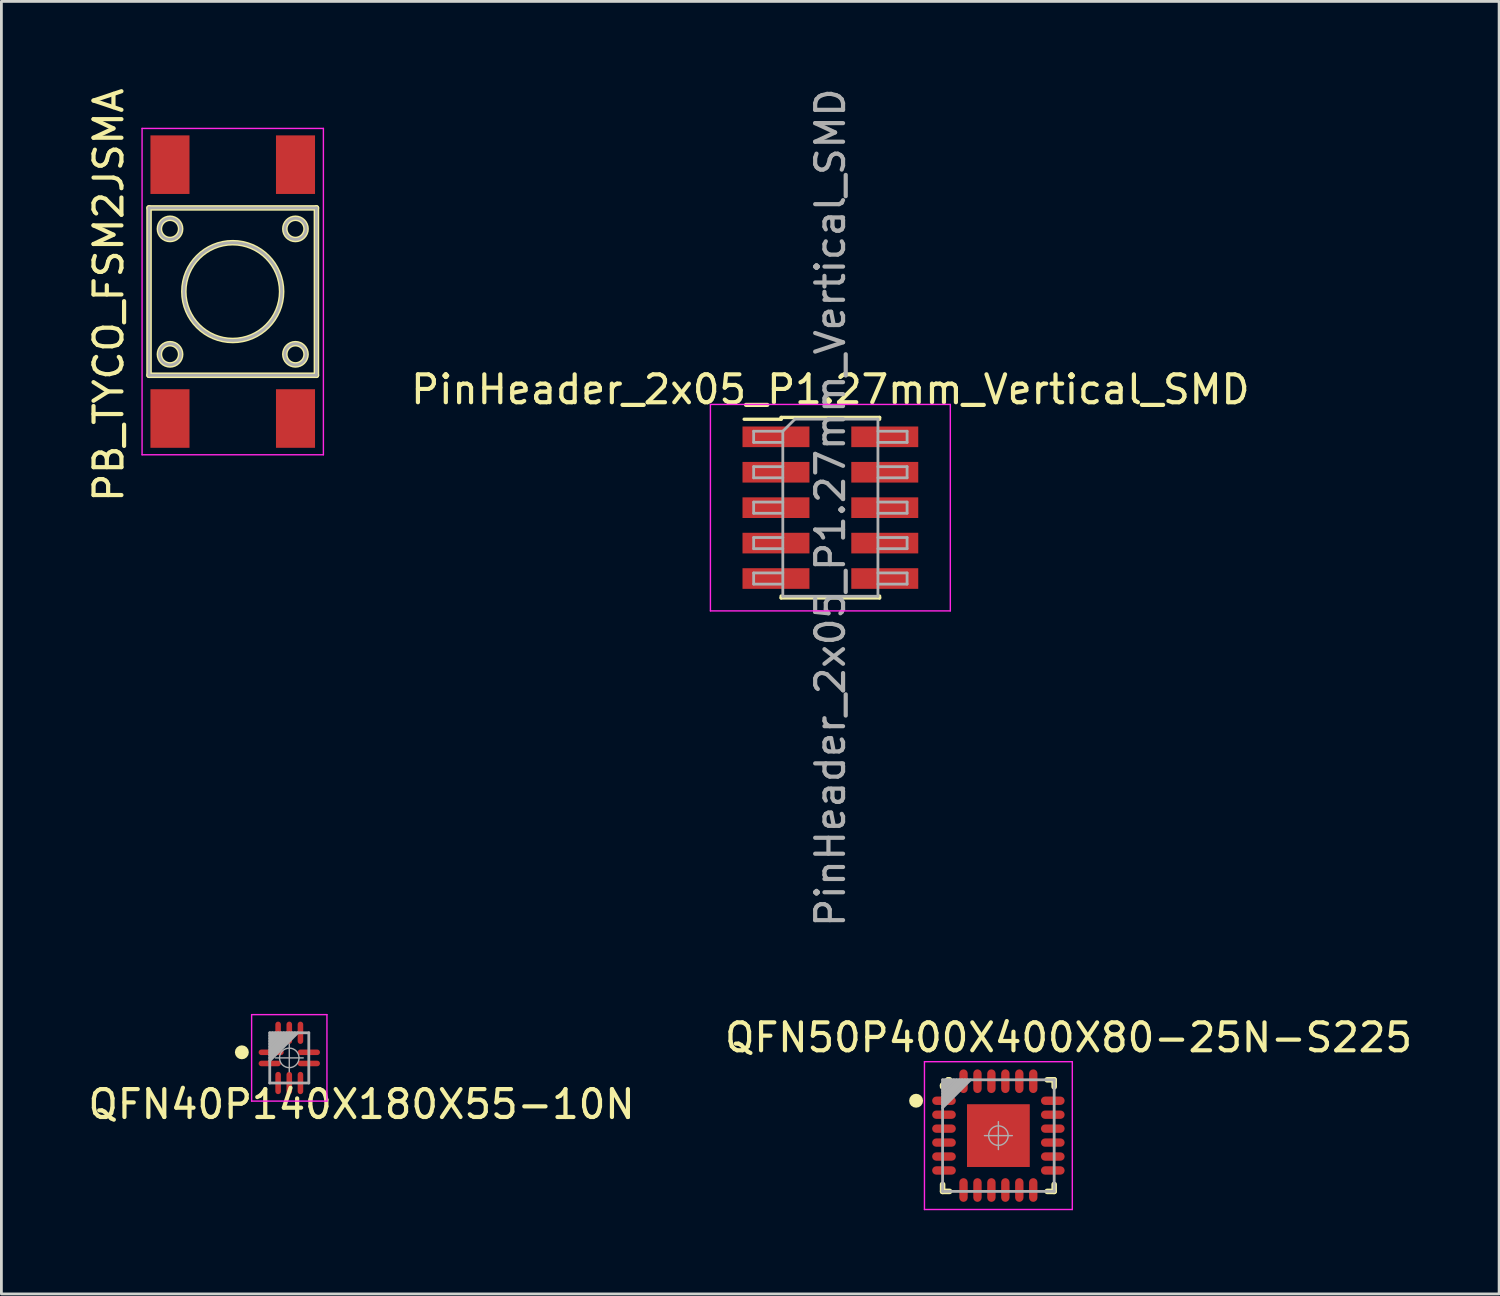
<source format=kicad_pcb>
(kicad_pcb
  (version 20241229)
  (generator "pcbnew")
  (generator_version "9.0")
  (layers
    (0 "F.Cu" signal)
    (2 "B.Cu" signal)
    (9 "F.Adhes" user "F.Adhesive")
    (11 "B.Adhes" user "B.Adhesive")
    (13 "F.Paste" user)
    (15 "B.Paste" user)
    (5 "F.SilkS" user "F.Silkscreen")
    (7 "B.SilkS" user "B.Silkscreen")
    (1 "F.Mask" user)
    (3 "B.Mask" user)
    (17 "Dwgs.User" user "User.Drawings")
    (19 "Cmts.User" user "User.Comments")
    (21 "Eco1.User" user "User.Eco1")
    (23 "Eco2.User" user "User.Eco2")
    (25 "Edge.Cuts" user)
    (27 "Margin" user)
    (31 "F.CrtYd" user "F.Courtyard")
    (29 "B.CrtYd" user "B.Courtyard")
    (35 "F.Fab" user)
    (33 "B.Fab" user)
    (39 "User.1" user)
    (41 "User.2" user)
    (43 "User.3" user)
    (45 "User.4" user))
  (footprint "QFN40P140X180X55-10N"
    (layer "F.Cu")
    (at 7.32 34.873)
    (property "Reference" "QFN40P140X180X55-10N" (at 2.591 1.664 0) (layer "F.SilkS") (effects (font (size 1 1) (thickness 0.15))))
    (attr smd)
    (fp_circle (center -1.7 -0.2) (end -1.575 -0.2) (stroke (width 0.25) (type solid)) (fill no) (layer "F.SilkS"))
    (fp_line (start -1.35 -1.55) (end 1.35 -1.55) (stroke (width 0.05) (type solid)) (layer "F.CrtYd"))
    (fp_line (start -1.35 1.55) (end -1.35 -1.55) (stroke (width 0.05) (type solid)) (layer "F.CrtYd"))
    (fp_line (start -1.35 1.55) (end 1.35 1.55) (stroke (width 0.05) (type solid)) (layer "F.CrtYd"))
    (fp_line (start 1.35 1.55) (end 1.35 -1.55) (stroke (width 0.05) (type solid)) (layer "F.CrtYd"))
    (fp_line (start -0.7 -0.9) (end 0.7 -0.9) (stroke (width 0.1) (type solid)) (layer "F.Fab"))
    (fp_line (start -0.7 -0.8) (end -0.6 -0.9) (stroke (width 0.1) (type solid)) (layer "F.Fab"))
    (fp_line (start -0.7 -0.7) (end -0.5 -0.9) (stroke (width 0.1) (type solid)) (layer "F.Fab"))
    (fp_line (start -0.7 -0.6) (end -0.4 -0.9) (stroke (width 0.1) (type solid)) (layer "F.Fab"))
    (fp_line (start -0.7 -0.5) (end -0.3 -0.9) (stroke (width 0.1) (type solid)) (layer "F.Fab"))
    (fp_line (start -0.7 -0.4) (end -0.2 -0.9) (stroke (width 0.1) (type solid)) (layer "F.Fab"))
    (fp_line (start -0.7 -0.3) (end -0.1 -0.9) (stroke (width 0.1) (type solid)) (layer "F.Fab"))
    (fp_line (start -0.7 -0.2) (end 0 -0.9) (stroke (width 0.1) (type solid)) (layer "F.Fab"))
    (fp_line (start -0.7 -0.1) (end 0.1 -0.9) (stroke (width 0.1) (type solid)) (layer "F.Fab"))
    (fp_line (start -0.7 0) (end 0.2 -0.9) (stroke (width 0.1) (type solid)) (layer "F.Fab"))
    (fp_line (start -0.7 0.1) (end 0.3 -0.9) (stroke (width 0.1) (type solid)) (layer "F.Fab"))
    (fp_line (start -0.7 0.9) (end -0.7 -0.9) (stroke (width 0.1) (type solid)) (layer "F.Fab"))
    (fp_line (start -0.7 0.9) (end 0.7 0.9) (stroke (width 0.1) (type solid)) (layer "F.Fab"))
    (fp_line (start -0.5 0) (end 0.5 0) (stroke (width 0.05) (type solid)) (layer "F.Fab"))
    (fp_line (start 0 0.5) (end 0 -0.5) (stroke (width 0.05) (type solid)) (layer "F.Fab"))
    (fp_line (start 0.7 0.9) (end 0.7 -0.9) (stroke (width 0.1) (type solid)) (layer "F.Fab"))
    (fp_circle (center 0 0) (end 0.35 0) (stroke (width 0.05) (type solid)) (fill no) (layer "F.Fab"))
    (pad "1" smd roundrect (at -0.65 -0.2) (size 0.9 0.2) (layers "F.Cu" "F.Mask" "F.Paste") (roundrect_rratio 0.5))
    (pad "2" smd roundrect (at -0.7 0.2) (size 0.8 0.2) (layers "F.Cu" "F.Mask" "F.Paste") (roundrect_rratio 0.5))
    (pad "3" smd roundrect (at -0.4 0.9 90) (size 0.8 0.2) (layers "F.Cu" "F.Mask" "F.Paste") (roundrect_rratio 0.5))
    (pad "4" smd roundrect (at 0 0.9 90) (size 0.8 0.2) (layers "F.Cu" "F.Mask" "F.Paste") (roundrect_rratio 0.5))
    (pad "5" smd roundrect (at 0.4 0.9 90) (size 0.8 0.2) (layers "F.Cu" "F.Mask" "F.Paste") (roundrect_rratio 0.5))
    (pad "6" smd roundrect (at 0.7 0.2) (size 0.8 0.2) (layers "F.Cu" "F.Mask" "F.Paste") (roundrect_rratio 0.5))
    (pad "7" smd roundrect (at 0.7 -0.2) (size 0.8 0.2) (layers "F.Cu" "F.Mask" "F.Paste") (roundrect_rratio 0.5))
    (pad "8" smd roundrect (at 0.4 -0.9 90) (size 0.8 0.2) (layers "F.Cu" "F.Mask" "F.Paste") (roundrect_rratio 0.5))
    (pad "9" smd roundrect (at 0 -0.9 90) (size 0.8 0.2) (layers "F.Cu" "F.Mask" "F.Paste") (roundrect_rratio 0.5))
    (pad "10" smd roundrect (at -0.4 -0.9 90) (size 0.8 0.2) (layers "F.Cu" "F.Mask" "F.Paste") (roundrect_rratio 0.5)))
  (footprint "PinHeader_2x05_P1.27mm_Vertical_SMD"
    (layer "F.Cu")
    (at 26.717 15.149)
    (property "Reference" "PinHeader_2x05_P1.27mm_Vertical_SMD" (at 0 -4.235 0) (layer "F.SilkS") (effects (font (size 1 1) (thickness 0.15))))
    (attr smd)
    (fp_line (start -3.09 -3.17) (end -1.765 -3.17) (stroke (width 0.12) (type solid)) (layer "F.SilkS"))
    (fp_line (start -1.765 -3.235) (end -1.765 -3.17) (stroke (width 0.12) (type solid)) (layer "F.SilkS"))
    (fp_line (start -1.765 -3.235) (end 1.765 -3.235) (stroke (width 0.12) (type solid)) (layer "F.SilkS"))
    (fp_line (start -1.765 3.17) (end -1.765 3.235) (stroke (width 0.12) (type solid)) (layer "F.SilkS"))
    (fp_line (start -1.765 3.235) (end 1.765 3.235) (stroke (width 0.12) (type solid)) (layer "F.SilkS"))
    (fp_line (start 1.765 -3.235) (end 1.765 -3.17) (stroke (width 0.12) (type solid)) (layer "F.SilkS"))
    (fp_line (start 1.765 3.17) (end 1.765 3.235) (stroke (width 0.12) (type solid)) (layer "F.SilkS"))
    (fp_line (start -4.3 -3.7) (end -4.3 3.7) (stroke (width 0.05) (type solid)) (layer "F.CrtYd"))
    (fp_line (start -4.3 3.7) (end 4.3 3.7) (stroke (width 0.05) (type solid)) (layer "F.CrtYd"))
    (fp_line (start 4.3 -3.7) (end -4.3 -3.7) (stroke (width 0.05) (type solid)) (layer "F.CrtYd"))
    (fp_line (start 4.3 3.7) (end 4.3 -3.7) (stroke (width 0.05) (type solid)) (layer "F.CrtYd"))
    (fp_line (start -2.75 -2.74) (end -2.75 -2.34) (stroke (width 0.1) (type solid)) (layer "F.Fab"))
    (fp_line (start -2.75 -2.34) (end -1.705 -2.34) (stroke (width 0.1) (type solid)) (layer "F.Fab"))
    (fp_line (start -2.75 -1.47) (end -2.75 -1.07) (stroke (width 0.1) (type solid)) (layer "F.Fab"))
    (fp_line (start -2.75 -1.07) (end -1.705 -1.07) (stroke (width 0.1) (type solid)) (layer "F.Fab"))
    (fp_line (start -2.75 -0.2) (end -2.75 0.2) (stroke (width 0.1) (type solid)) (layer "F.Fab"))
    (fp_line (start -2.75 0.2) (end -1.705 0.2) (stroke (width 0.1) (type solid)) (layer "F.Fab"))
    (fp_line (start -2.75 1.07) (end -2.75 1.47) (stroke (width 0.1) (type solid)) (layer "F.Fab"))
    (fp_line (start -2.75 1.47) (end -1.705 1.47) (stroke (width 0.1) (type solid)) (layer "F.Fab"))
    (fp_line (start -2.75 2.34) (end -2.75 2.74) (stroke (width 0.1) (type solid)) (layer "F.Fab"))
    (fp_line (start -2.75 2.74) (end -1.705 2.74) (stroke (width 0.1) (type solid)) (layer "F.Fab"))
    (fp_line (start -1.705 -2.74) (end -2.75 -2.74) (stroke (width 0.1) (type solid)) (layer "F.Fab"))
    (fp_line (start -1.705 -2.74) (end -1.27 -3.175) (stroke (width 0.1) (type solid)) (layer "F.Fab"))
    (fp_line (start -1.705 -1.47) (end -2.75 -1.47) (stroke (width 0.1) (type solid)) (layer "F.Fab"))
    (fp_line (start -1.705 -0.2) (end -2.75 -0.2) (stroke (width 0.1) (type solid)) (layer "F.Fab"))
    (fp_line (start -1.705 1.07) (end -2.75 1.07) (stroke (width 0.1) (type solid)) (layer "F.Fab"))
    (fp_line (start -1.705 2.34) (end -2.75 2.34) (stroke (width 0.1) (type solid)) (layer "F.Fab"))
    (fp_line (start -1.705 3.175) (end -1.705 -2.74) (stroke (width 0.1) (type solid)) (layer "F.Fab"))
    (fp_line (start -1.27 -3.175) (end 1.705 -3.175) (stroke (width 0.1) (type solid)) (layer "F.Fab"))
    (fp_line (start 1.705 -3.175) (end 1.705 3.175) (stroke (width 0.1) (type solid)) (layer "F.Fab"))
    (fp_line (start 1.705 -2.74) (end 2.75 -2.74) (stroke (width 0.1) (type solid)) (layer "F.Fab"))
    (fp_line (start 1.705 -1.47) (end 2.75 -1.47) (stroke (width 0.1) (type solid)) (layer "F.Fab"))
    (fp_line (start 1.705 -0.2) (end 2.75 -0.2) (stroke (width 0.1) (type solid)) (layer "F.Fab"))
    (fp_line (start 1.705 1.07) (end 2.75 1.07) (stroke (width 0.1) (type solid)) (layer "F.Fab"))
    (fp_line (start 1.705 2.34) (end 2.75 2.34) (stroke (width 0.1) (type solid)) (layer "F.Fab"))
    (fp_line (start 1.705 3.175) (end -1.705 3.175) (stroke (width 0.1) (type solid)) (layer "F.Fab"))
    (fp_line (start 2.75 -2.74) (end 2.75 -2.34) (stroke (width 0.1) (type solid)) (layer "F.Fab"))
    (fp_line (start 2.75 -2.34) (end 1.705 -2.34) (stroke (width 0.1) (type solid)) (layer "F.Fab"))
    (fp_line (start 2.75 -1.47) (end 2.75 -1.07) (stroke (width 0.1) (type solid)) (layer "F.Fab"))
    (fp_line (start 2.75 -1.07) (end 1.705 -1.07) (stroke (width 0.1) (type solid)) (layer "F.Fab"))
    (fp_line (start 2.75 -0.2) (end 2.75 0.2) (stroke (width 0.1) (type solid)) (layer "F.Fab"))
    (fp_line (start 2.75 0.2) (end 1.705 0.2) (stroke (width 0.1) (type solid)) (layer "F.Fab"))
    (fp_line (start 2.75 1.07) (end 2.75 1.47) (stroke (width 0.1) (type solid)) (layer "F.Fab"))
    (fp_line (start 2.75 1.47) (end 1.705 1.47) (stroke (width 0.1) (type solid)) (layer "F.Fab"))
    (fp_line (start 2.75 2.34) (end 2.75 2.74) (stroke (width 0.1) (type solid)) (layer "F.Fab"))
    (fp_line (start 2.75 2.74) (end 1.705 2.74) (stroke (width 0.1) (type solid)) (layer "F.Fab"))
    (fp_text user "${REFERENCE}" (at 0 0 90) (layer "F.Fab") (effects (font (size 1 1) (thickness 0.15))))
    (pad "1" smd rect (at -1.95 -2.54) (size 2.4 0.74) (layers "F.Cu" "F.Mask" "F.Paste"))
    (pad "2" smd rect (at 1.95 -2.54) (size 2.4 0.74) (layers "F.Cu" "F.Mask" "F.Paste"))
    (pad "3" smd rect (at -1.95 -1.27) (size 2.4 0.74) (layers "F.Cu" "F.Mask" "F.Paste"))
    (pad "4" smd rect (at 1.95 -1.27) (size 2.4 0.74) (layers "F.Cu" "F.Mask" "F.Paste"))
    (pad "5" smd rect (at -1.95 0) (size 2.4 0.74) (layers "F.Cu" "F.Mask" "F.Paste"))
    (pad "6" smd rect (at 1.95 0) (size 2.4 0.74) (layers "F.Cu" "F.Mask" "F.Paste"))
    (pad "7" smd rect (at -1.95 1.27) (size 2.4 0.74) (layers "F.Cu" "F.Mask" "F.Paste"))
    (pad "8" smd rect (at 1.95 1.27) (size 2.4 0.74) (layers "F.Cu" "F.Mask" "F.Paste"))
    (pad "9" smd rect (at -1.95 2.54) (size 2.4 0.74) (layers "F.Cu" "F.Mask" "F.Paste"))
    (pad "10" smd rect (at 1.95 2.54) (size 2.4 0.74) (layers "F.Cu" "F.Mask" "F.Paste")))
  (footprint "PB_TYCO_FSM2JSMA"
    (layer "F.Cu")
    (at 5.293 7.403)
    (property "Reference" "PB_TYCO_FSM2JSMA" (at -4.445 0.127 90) (layer "F.SilkS") (effects (font (size 1 1) (thickness 0.15))))
    (attr smd)
    (fp_line (start -3 -3) (end 3 -3) (stroke (width 0.2) (type solid)) (layer "F.SilkS"))
    (fp_line (start -3 3) (end -3 -3) (stroke (width 0.2) (type solid)) (layer "F.SilkS"))
    (fp_line (start -3 3) (end 3 3) (stroke (width 0.2) (type solid)) (layer "F.SilkS"))
    (fp_line (start 3 3) (end 3 -3) (stroke (width 0.2) (type solid)) (layer "F.SilkS"))
    (fp_circle (center -2.248 -2.248) (end -1.867 -2.248) (stroke (width 0.2) (type solid)) (fill no) (layer "F.SilkS"))
    (fp_circle (center -2.248 2.248) (end -1.867 2.248) (stroke (width 0.2) (type solid)) (fill no) (layer "F.SilkS"))
    (fp_circle (center 0 0) (end 1.753 0) (stroke (width 0.2) (type solid)) (fill no) (layer "F.SilkS"))
    (fp_circle (center 2.248 -2.248) (end 2.629 -2.248) (stroke (width 0.2) (type solid)) (fill no) (layer "F.SilkS"))
    (fp_circle (center 2.248 2.248) (end 2.629 2.248) (stroke (width 0.2) (type solid)) (fill no) (layer "F.SilkS"))
    (fp_line (start -3.25 -5.85) (end 3.25 -5.85) (stroke (width 0.05) (type solid)) (layer "F.CrtYd"))
    (fp_line (start -3.25 5.85) (end -3.25 -5.85) (stroke (width 0.05) (type solid)) (layer "F.CrtYd"))
    (fp_line (start -3.25 5.85) (end 3.25 5.85) (stroke (width 0.05) (type solid)) (layer "F.CrtYd"))
    (fp_line (start 3.25 5.85) (end 3.25 -5.85) (stroke (width 0.05) (type solid)) (layer "F.CrtYd"))
    (fp_line (start -3 -3) (end 3 -3) (stroke (width 0.1) (type solid)) (layer "F.Fab"))
    (fp_line (start -3 3) (end -3 -3) (stroke (width 0.1) (type solid)) (layer "F.Fab"))
    (fp_line (start -3 3) (end 3 3) (stroke (width 0.1) (type solid)) (layer "F.Fab"))
    (fp_line (start 3 3) (end 3 -3) (stroke (width 0.1) (type solid)) (layer "F.Fab"))
    (fp_circle (center -2.248 -2.248) (end -1.867 -2.248) (stroke (width 0.1) (type solid)) (fill no) (layer "F.Fab"))
    (fp_circle (center -2.248 2.248) (end -1.867 2.248) (stroke (width 0.1) (type solid)) (fill no) (layer "F.Fab"))
    (fp_circle (center 0 0) (end 1.753 0) (stroke (width 0.1) (type solid)) (fill no) (layer "F.Fab"))
    (fp_circle (center 2.248 -2.248) (end 2.629 -2.248) (stroke (width 0.1) (type solid)) (fill no) (layer "F.Fab"))
    (fp_circle (center 2.248 2.248) (end 2.629 2.248) (stroke (width 0.1) (type solid)) (fill no) (layer "F.Fab"))
    (pad "1" smd rect (at -2.25 -4.55 90) (size 2.1 1.4) (layers "F.Cu" "F.Mask" "F.Paste"))
    (pad "2" smd rect (at -2.25 4.55 90) (size 2.1 1.4) (layers "F.Cu" "F.Mask" "F.Paste"))
    (pad "3" smd rect (at 2.25 -4.55 90) (size 2.1 1.4) (layers "F.Cu" "F.Mask" "F.Paste"))
    (pad "4" smd rect (at 2.25 4.55 90) (size 2.1 1.4) (layers "F.Cu" "F.Mask" "F.Paste")))
  (footprint "QFN50P400X400X80-25N-S225"
    (layer "F.Cu")
    (at 32.74 37.659)
    (property "Reference" "QFN50P400X400X80-25N-S225" (at 2.516 -3.514 0) (layer "F.SilkS") (effects (font (size 1 1) (thickness 0.15))))
    (attr smd)
    (fp_line (start -2 -1.8) (end -1.8 -2) (stroke (width 0.2) (type solid)) (layer "F.SilkS"))
    (fp_line (start -2 -1.75) (end -2 -1.8) (stroke (width 0.2) (type solid)) (layer "F.SilkS"))
    (fp_line (start -2 2) (end -2 1.75) (stroke (width 0.2) (type solid)) (layer "F.SilkS"))
    (fp_line (start -2 2) (end -1.75 2) (stroke (width 0.2) (type solid)) (layer "F.SilkS"))
    (fp_line (start -1.8 -2) (end -1.75 -2) (stroke (width 0.2) (type solid)) (layer "F.SilkS"))
    (fp_line (start 1.75 -2) (end 2 -2) (stroke (width 0.2) (type solid)) (layer "F.SilkS"))
    (fp_line (start 1.75 2) (end 2 2) (stroke (width 0.2) (type solid)) (layer "F.SilkS"))
    (fp_line (start 2 -1.75) (end 2 -2) (stroke (width 0.2) (type solid)) (layer "F.SilkS"))
    (fp_line (start 2 2) (end 2 1.75) (stroke (width 0.2) (type solid)) (layer "F.SilkS"))
    (fp_circle (center -2.95 -1.25) (end -2.825 -1.25) (stroke (width 0.25) (type solid)) (fill no) (layer "F.SilkS"))
    (fp_line (start -2.65 -2.65) (end 2.65 -2.65) (stroke (width 0.05) (type solid)) (layer "F.CrtYd"))
    (fp_line (start -2.65 2.65) (end -2.65 -2.65) (stroke (width 0.05) (type solid)) (layer "F.CrtYd"))
    (fp_line (start -2.65 2.65) (end 2.65 2.65) (stroke (width 0.05) (type solid)) (layer "F.CrtYd"))
    (fp_line (start 2.65 2.65) (end 2.65 -2.65) (stroke (width 0.05) (type solid)) (layer "F.CrtYd"))
    (fp_line (start -2 -2) (end 2 -2) (stroke (width 0.1) (type solid)) (layer "F.Fab"))
    (fp_line (start -2 -1.9) (end -1.9 -2) (stroke (width 0.1) (type solid)) (layer "F.Fab"))
    (fp_line (start -2 -1.8) (end -1.8 -2) (stroke (width 0.1) (type solid)) (layer "F.Fab"))
    (fp_line (start -2 -1.7) (end -1.7 -2) (stroke (width 0.1) (type solid)) (layer "F.Fab"))
    (fp_line (start -2 -1.6) (end -1.6 -2) (stroke (width 0.1) (type solid)) (layer "F.Fab"))
    (fp_line (start -2 -1.5) (end -1.5 -2) (stroke (width 0.1) (type solid)) (layer "F.Fab"))
    (fp_line (start -2 -1.4) (end -1.4 -2) (stroke (width 0.1) (type solid)) (layer "F.Fab"))
    (fp_line (start -2 -1.3) (end -1.3 -2) (stroke (width 0.1) (type solid)) (layer "F.Fab"))
    (fp_line (start -2 -1.2) (end -1.2 -2) (stroke (width 0.1) (type solid)) (layer "F.Fab"))
    (fp_line (start -2 -1.1) (end -1.1 -2) (stroke (width 0.1) (type solid)) (layer "F.Fab"))
    (fp_line (start -2 -1) (end -1 -2) (stroke (width 0.1) (type solid)) (layer "F.Fab"))
    (fp_line (start -2 2) (end -2 -2) (stroke (width 0.1) (type solid)) (layer "F.Fab"))
    (fp_line (start -2 2) (end 2 2) (stroke (width 0.1) (type solid)) (layer "F.Fab"))
    (fp_line (start -0.5 0) (end 0.5 0) (stroke (width 0.05) (type solid)) (layer "F.Fab"))
    (fp_line (start 0 0.5) (end 0 -0.5) (stroke (width 0.05) (type solid)) (layer "F.Fab"))
    (fp_line (start 2 2) (end 2 -2) (stroke (width 0.1) (type solid)) (layer "F.Fab"))
    (fp_circle (center 0 0) (end 0.35 0) (stroke (width 0.05) (type solid)) (fill no) (layer "F.Fab"))
    (pad "1" smd roundrect (at -1.95 -1.25) (size 0.85 0.3) (layers "F.Cu" "F.Mask" "F.Paste") (roundrect_rratio 0.5))
    (pad "2" smd roundrect (at -1.95 -0.75) (size 0.85 0.3) (layers "F.Cu" "F.Mask" "F.Paste") (roundrect_rratio 0.5))
    (pad "3" smd roundrect (at -1.95 -0.25) (size 0.85 0.3) (layers "F.Cu" "F.Mask" "F.Paste") (roundrect_rratio 0.5))
    (pad "4" smd roundrect (at -1.95 0.25) (size 0.85 0.3) (layers "F.Cu" "F.Mask" "F.Paste") (roundrect_rratio 0.5))
    (pad "5" smd roundrect (at -1.95 0.75) (size 0.85 0.3) (layers "F.Cu" "F.Mask" "F.Paste") (roundrect_rratio 0.5))
    (pad "6" smd roundrect (at -1.95 1.25) (size 0.85 0.3) (layers "F.Cu" "F.Mask" "F.Paste") (roundrect_rratio 0.5))
    (pad "7" smd roundrect (at -1.25 1.95 90) (size 0.85 0.3) (layers "F.Cu" "F.Mask" "F.Paste") (roundrect_rratio 0.5))
    (pad "8" smd roundrect (at -0.75 1.95 90) (size 0.85 0.3) (layers "F.Cu" "F.Mask" "F.Paste") (roundrect_rratio 0.5))
    (pad "9" smd roundrect (at -0.25 1.95 90) (size 0.85 0.3) (layers "F.Cu" "F.Mask" "F.Paste") (roundrect_rratio 0.5))
    (pad "10" smd roundrect (at 0.25 1.95 90) (size 0.85 0.3) (layers "F.Cu" "F.Mask" "F.Paste") (roundrect_rratio 0.5))
    (pad "11" smd roundrect (at 0.75 1.95 90) (size 0.85 0.3) (layers "F.Cu" "F.Mask" "F.Paste") (roundrect_rratio 0.5))
    (pad "12" smd roundrect (at 1.25 1.95 90) (size 0.85 0.3) (layers "F.Cu" "F.Mask" "F.Paste") (roundrect_rratio 0.5))
    (pad "13" smd roundrect (at 1.95 1.25) (size 0.85 0.3) (layers "F.Cu" "F.Mask" "F.Paste") (roundrect_rratio 0.5))
    (pad "14" smd roundrect (at 1.95 0.75) (size 0.85 0.3) (layers "F.Cu" "F.Mask" "F.Paste") (roundrect_rratio 0.5))
    (pad "15" smd roundrect (at 1.95 0.25) (size 0.85 0.3) (layers "F.Cu" "F.Mask" "F.Paste") (roundrect_rratio 0.5))
    (pad "16" smd roundrect (at 1.95 -0.25) (size 0.85 0.3) (layers "F.Cu" "F.Mask" "F.Paste") (roundrect_rratio 0.5))
    (pad "17" smd roundrect (at 1.95 -0.75) (size 0.85 0.3) (layers "F.Cu" "F.Mask" "F.Paste") (roundrect_rratio 0.5))
    (pad "18" smd roundrect (at 1.95 -1.25) (size 0.85 0.3) (layers "F.Cu" "F.Mask" "F.Paste") (roundrect_rratio 0.5))
    (pad "19" smd roundrect (at 1.25 -1.95 90) (size 0.85 0.3) (layers "F.Cu" "F.Mask" "F.Paste") (roundrect_rratio 0.5))
    (pad "20" smd roundrect (at 0.75 -1.95 90) (size 0.85 0.3) (layers "F.Cu" "F.Mask" "F.Paste") (roundrect_rratio 0.5))
    (pad "21" smd roundrect (at 0.25 -1.95 90) (size 0.85 0.3) (layers "F.Cu" "F.Mask" "F.Paste") (roundrect_rratio 0.5))
    (pad "22" smd roundrect (at -0.25 -1.95 90) (size 0.85 0.3) (layers "F.Cu" "F.Mask" "F.Paste") (roundrect_rratio 0.5))
    (pad "23" smd roundrect (at -0.75 -1.95 90) (size 0.85 0.3) (layers "F.Cu" "F.Mask" "F.Paste") (roundrect_rratio 0.5))
    (pad "24" smd roundrect (at -1.25 -1.95 90) (size 0.85 0.3) (layers "F.Cu" "F.Mask" "F.Paste") (roundrect_rratio 0.5))
    (pad "25" smd rect (at 0 0 90) (size 2.25 2.25) (layers "F.Cu" "F.Mask" "F.Paste")))
  (gr_rect
    (start -3 -3)
    (end 50.69 43.334)
    (stroke (width 0.1) (type default))
    (fill no)
    (layer "Edge.Cuts")))
</source>
